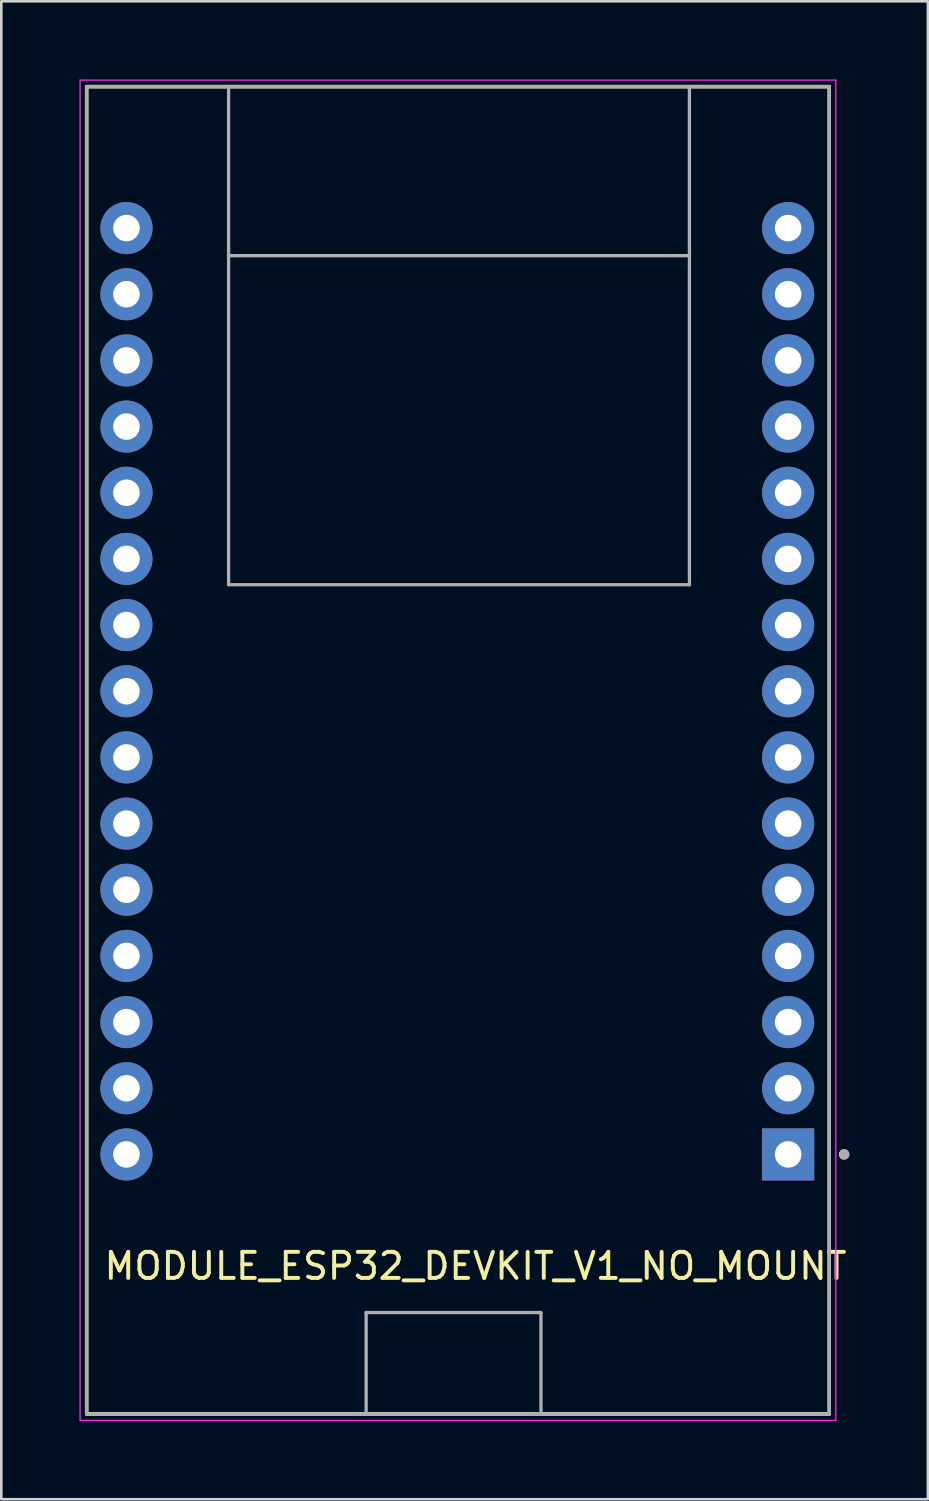
<source format=kicad_pcb>
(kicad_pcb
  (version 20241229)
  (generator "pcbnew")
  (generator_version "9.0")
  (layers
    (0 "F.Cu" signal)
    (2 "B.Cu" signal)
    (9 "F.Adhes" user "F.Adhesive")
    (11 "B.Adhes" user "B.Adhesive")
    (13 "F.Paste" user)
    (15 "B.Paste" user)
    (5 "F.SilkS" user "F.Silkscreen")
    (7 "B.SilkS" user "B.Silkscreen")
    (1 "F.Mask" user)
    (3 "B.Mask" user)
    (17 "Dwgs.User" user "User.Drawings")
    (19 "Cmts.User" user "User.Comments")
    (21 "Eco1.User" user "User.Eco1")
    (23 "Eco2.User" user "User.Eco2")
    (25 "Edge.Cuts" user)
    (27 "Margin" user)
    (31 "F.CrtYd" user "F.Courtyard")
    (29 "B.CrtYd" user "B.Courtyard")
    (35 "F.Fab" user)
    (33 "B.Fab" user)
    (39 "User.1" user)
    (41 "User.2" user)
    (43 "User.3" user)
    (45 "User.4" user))
  (footprint "MODULE_ESP32_DEVKIT_V1_NO_MOUNT"
    (layer "F.Cu")
    (at 15.105 25.75)
    (property "Reference" "MODULE_ESP32_DEVKIT_V1_NO_MOUNT" (at 0.1 19.8 180) (layer "F.SilkS") (effects (font (size 1 1) (thickness 0.15))))
    (attr through_hole)
    (fp_line (start -14.83 -25.475) (end 13.68 -25.475) (stroke (width 0.127) (type solid)) (layer "F.SilkS"))
    (fp_line (start -14.83 25.475) (end -14.83 -25.475) (stroke (width 0.127) (type solid)) (layer "F.SilkS"))
    (fp_line (start -14.83 25.475) (end -14.83 -25.475) (stroke (width 0.127) (type solid)) (layer "F.SilkS"))
    (fp_line (start -9.38 -25.475) (end -14.83 -25.475) (stroke (width 0.127) (type solid)) (layer "F.SilkS"))
    (fp_line (start -4.1 25.475) (end -14.83 25.475) (stroke (width 0.127) (type solid)) (layer "F.SilkS"))
    (fp_line (start 2.611 25.475) (end -4.1 25.475) (stroke (width 0.127) (type solid)) (layer "F.SilkS"))
    (fp_line (start 8.31 -25.475) (end -9.38 -25.475) (stroke (width 0.127) (type solid)) (layer "F.SilkS"))
    (fp_line (start 13.68 -25.475) (end 8.31 -25.475) (stroke (width 0.127) (type solid)) (layer "F.SilkS"))
    (fp_line (start 13.68 -25.475) (end 13.68 25.475) (stroke (width 0.127) (type solid)) (layer "F.SilkS"))
    (fp_line (start 13.68 -25.475) (end 13.68 25.475) (stroke (width 0.127) (type solid)) (layer "F.SilkS"))
    (fp_line (start 13.68 25.475) (end -14.83 25.475) (stroke (width 0.127) (type solid)) (layer "F.SilkS"))
    (fp_line (start 13.68 25.475) (end 2.611 25.475) (stroke (width 0.127) (type solid)) (layer "F.SilkS"))
    (fp_circle (center 14.25 15.515) (end 14.15 15.515) (stroke (width 0.2) (type solid)) (fill no) (layer "F.SilkS"))
    (fp_line (start -15.08 -25.725) (end -15.08 25.725) (stroke (width 0.05) (type solid)) (layer "F.CrtYd"))
    (fp_line (start -15.08 25.725) (end 13.93 25.725) (stroke (width 0.05) (type solid)) (layer "F.CrtYd"))
    (fp_line (start 13.93 -25.725) (end -15.08 -25.725) (stroke (width 0.05) (type solid)) (layer "F.CrtYd"))
    (fp_line (start 13.93 25.725) (end 13.93 -25.725) (stroke (width 0.05) (type solid)) (layer "F.CrtYd"))
    (fp_line (start -14.83 25.475) (end -14.83 -25.475) (stroke (width 0.127) (type solid)) (layer "F.Fab"))
    (fp_line (start -9.38 -25.475) (end -14.83 -25.475) (stroke (width 0.127) (type solid)) (layer "F.Fab"))
    (fp_line (start -9.38 -18.985) (end -9.38 -25.475) (stroke (width 0.127) (type solid)) (layer "F.Fab"))
    (fp_line (start -9.38 -6.355) (end -9.38 -18.985) (stroke (width 0.127) (type solid)) (layer "F.Fab"))
    (fp_line (start -4.1 21.585) (end 2.611 21.585) (stroke (width 0.127) (type solid)) (layer "F.Fab"))
    (fp_line (start -4.1 25.475) (end -14.83 25.475) (stroke (width 0.127) (type solid)) (layer "F.Fab"))
    (fp_line (start -4.1 25.475) (end -4.1 21.585) (stroke (width 0.127) (type solid)) (layer "F.Fab"))
    (fp_line (start 2.611 21.585) (end 2.611 25.475) (stroke (width 0.127) (type solid)) (layer "F.Fab"))
    (fp_line (start 2.611 25.475) (end -4.1 25.475) (stroke (width 0.127) (type solid)) (layer "F.Fab"))
    (fp_line (start 8.31 -25.475) (end -9.38 -25.475) (stroke (width 0.127) (type solid)) (layer "F.Fab"))
    (fp_line (start 8.31 -25.475) (end 8.31 -18.985) (stroke (width 0.127) (type solid)) (layer "F.Fab"))
    (fp_line (start 8.31 -18.985) (end -9.38 -18.985) (stroke (width 0.127) (type solid)) (layer "F.Fab"))
    (fp_line (start 8.31 -18.985) (end 8.31 -6.355) (stroke (width 0.127) (type solid)) (layer "F.Fab"))
    (fp_line (start 8.31 -6.355) (end -9.38 -6.355) (stroke (width 0.127) (type solid)) (layer "F.Fab"))
    (fp_line (start 13.68 -25.475) (end 8.31 -25.475) (stroke (width 0.127) (type solid)) (layer "F.Fab"))
    (fp_line (start 13.68 -25.475) (end 13.68 25.475) (stroke (width 0.127) (type solid)) (layer "F.Fab"))
    (fp_line (start 13.68 25.475) (end 2.611 25.475) (stroke (width 0.127) (type solid)) (layer "F.Fab"))
    (fp_circle (center 14.25 15.515) (end 14.15 15.515) (stroke (width 0.2) (type solid)) (fill no) (layer "F.Fab"))
    (pad "1" thru_hole rect (at 12.1 15.515 180) (size 2 2) (drill 1.02) (layers "*.Cu" "*.Mask"))
    (pad "2" thru_hole circle (at 12.1 12.975 180) (size 2 2) (drill 1.02) (layers "*.Cu" "*.Mask"))
    (pad "3" thru_hole circle (at 12.1 10.435 180) (size 2 2) (drill 1.02) (layers "*.Cu" "*.Mask"))
    (pad "4" thru_hole circle (at 12.1 7.895 180) (size 2 2) (drill 1.02) (layers "*.Cu" "*.Mask"))
    (pad "5" thru_hole circle (at 12.1 5.355 180) (size 2 2) (drill 1.02) (layers "*.Cu" "*.Mask"))
    (pad "6" thru_hole circle (at 12.1 2.815 180) (size 2 2) (drill 1.02) (layers "*.Cu" "*.Mask"))
    (pad "7" thru_hole circle (at 12.1 0.275 180) (size 2 2) (drill 1.02) (layers "*.Cu" "*.Mask"))
    (pad "8" thru_hole circle (at 12.1 -2.265 180) (size 2 2) (drill 1.02) (layers "*.Cu" "*.Mask"))
    (pad "9" thru_hole circle (at 12.1 -4.805 180) (size 2 2) (drill 1.02) (layers "*.Cu" "*.Mask"))
    (pad "10" thru_hole circle (at 12.1 -7.345 180) (size 2 2) (drill 1.02) (layers "*.Cu" "*.Mask"))
    (pad "11" thru_hole circle (at 12.1 -9.885 180) (size 2 2) (drill 1.02) (layers "*.Cu" "*.Mask"))
    (pad "12" thru_hole circle (at 12.1 -12.425 180) (size 2 2) (drill 1.02) (layers "*.Cu" "*.Mask"))
    (pad "13" thru_hole circle (at 12.1 -14.965 180) (size 2 2) (drill 1.02) (layers "*.Cu" "*.Mask"))
    (pad "14" thru_hole circle (at 12.1 -17.505 180) (size 2 2) (drill 1.02) (layers "*.Cu" "*.Mask"))
    (pad "15" thru_hole circle (at 12.1 -20.045 180) (size 2 2) (drill 1.02) (layers "*.Cu" "*.Mask"))
    (pad "16" thru_hole circle (at -13.3 -20.045 180) (size 2 2) (drill 1.02) (layers "*.Cu" "*.Mask"))
    (pad "17" thru_hole circle (at -13.3 -17.505 180) (size 2 2) (drill 1.02) (layers "*.Cu" "*.Mask"))
    (pad "18" thru_hole circle (at -13.3 -14.965 180) (size 2 2) (drill 1.02) (layers "*.Cu" "*.Mask"))
    (pad "19" thru_hole circle (at -13.3 -12.425 180) (size 2 2) (drill 1.02) (layers "*.Cu" "*.Mask"))
    (pad "20" thru_hole circle (at -13.3 -9.885 180) (size 2 2) (drill 1.02) (layers "*.Cu" "*.Mask"))
    (pad "21" thru_hole circle (at -13.3 -7.345 180) (size 2 2) (drill 1.02) (layers "*.Cu" "*.Mask"))
    (pad "22" thru_hole circle (at -13.3 -4.805 180) (size 2 2) (drill 1.02) (layers "*.Cu" "*.Mask"))
    (pad "23" thru_hole circle (at -13.3 -2.265 180) (size 2 2) (drill 1.02) (layers "*.Cu" "*.Mask"))
    (pad "24" thru_hole circle (at -13.3 0.275 180) (size 2 2) (drill 1.02) (layers "*.Cu" "*.Mask"))
    (pad "25" thru_hole circle (at -13.3 2.815 180) (size 2 2) (drill 1.02) (layers "*.Cu" "*.Mask"))
    (pad "26" thru_hole circle (at -13.3 5.355 180) (size 2 2) (drill 1.02) (layers "*.Cu" "*.Mask"))
    (pad "27" thru_hole circle (at -13.3 7.895 180) (size 2 2) (drill 1.02) (layers "*.Cu" "*.Mask"))
    (pad "28" thru_hole circle (at -13.3 10.435 180) (size 2 2) (drill 1.02) (layers "*.Cu" "*.Mask"))
    (pad "29" thru_hole circle (at -13.3 12.975 180) (size 2 2) (drill 1.02) (layers "*.Cu" "*.Mask"))
    (pad "30" thru_hole circle (at -13.3 15.515 180) (size 2 2) (drill 1.02) (layers "*.Cu" "*.Mask"))
    (zone (net_name "") (layer "F.Cu") (hatch full 0.508) (connect_pads) (min_thickness 0.01) (filled_areas_thickness no) (keepout (tracks not_allowed) (vias not_allowed) (pads not_allowed) (copperpour not_allowed) (footprints allowed)) (placement (enabled no)) (fill) (polygon (pts (xy 23.415 6.765) (xy 5.725 6.765) (xy 5.725 0.275) (xy 23.415 0.275))))
    (zone (net_name "") (layers "F.Cu" "B.Cu") (hatch full 0.508) (connect_pads) (min_thickness 0.01) (filled_areas_thickness no) (keepout (tracks allowed) (vias not_allowed) (pads allowed) (copperpour allowed) (footprints allowed)) (placement (enabled no)) (fill) (polygon (pts (xy 23.415 6.765) (xy 5.725 6.765) (xy 5.725 0.275) (xy 23.415 0.275))))
    (zone (net_name "") (layer "B.Cu") (hatch full 0.508) (connect_pads) (min_thickness 0.01) (filled_areas_thickness no) (keepout (tracks not_allowed) (vias not_allowed) (pads not_allowed) (copperpour not_allowed) (footprints allowed)) (placement (enabled no)) (fill) (polygon (pts (xy 23.415 6.765) (xy 5.725 6.765) (xy 5.725 0.275) (xy 23.415 0.275)))))
  (gr_rect
    (start -3 -3)
    (end 32.568 54.5)
    (stroke (width 0.1) (type default))
    (fill no)
    (layer "Edge.Cuts")))
</source>
